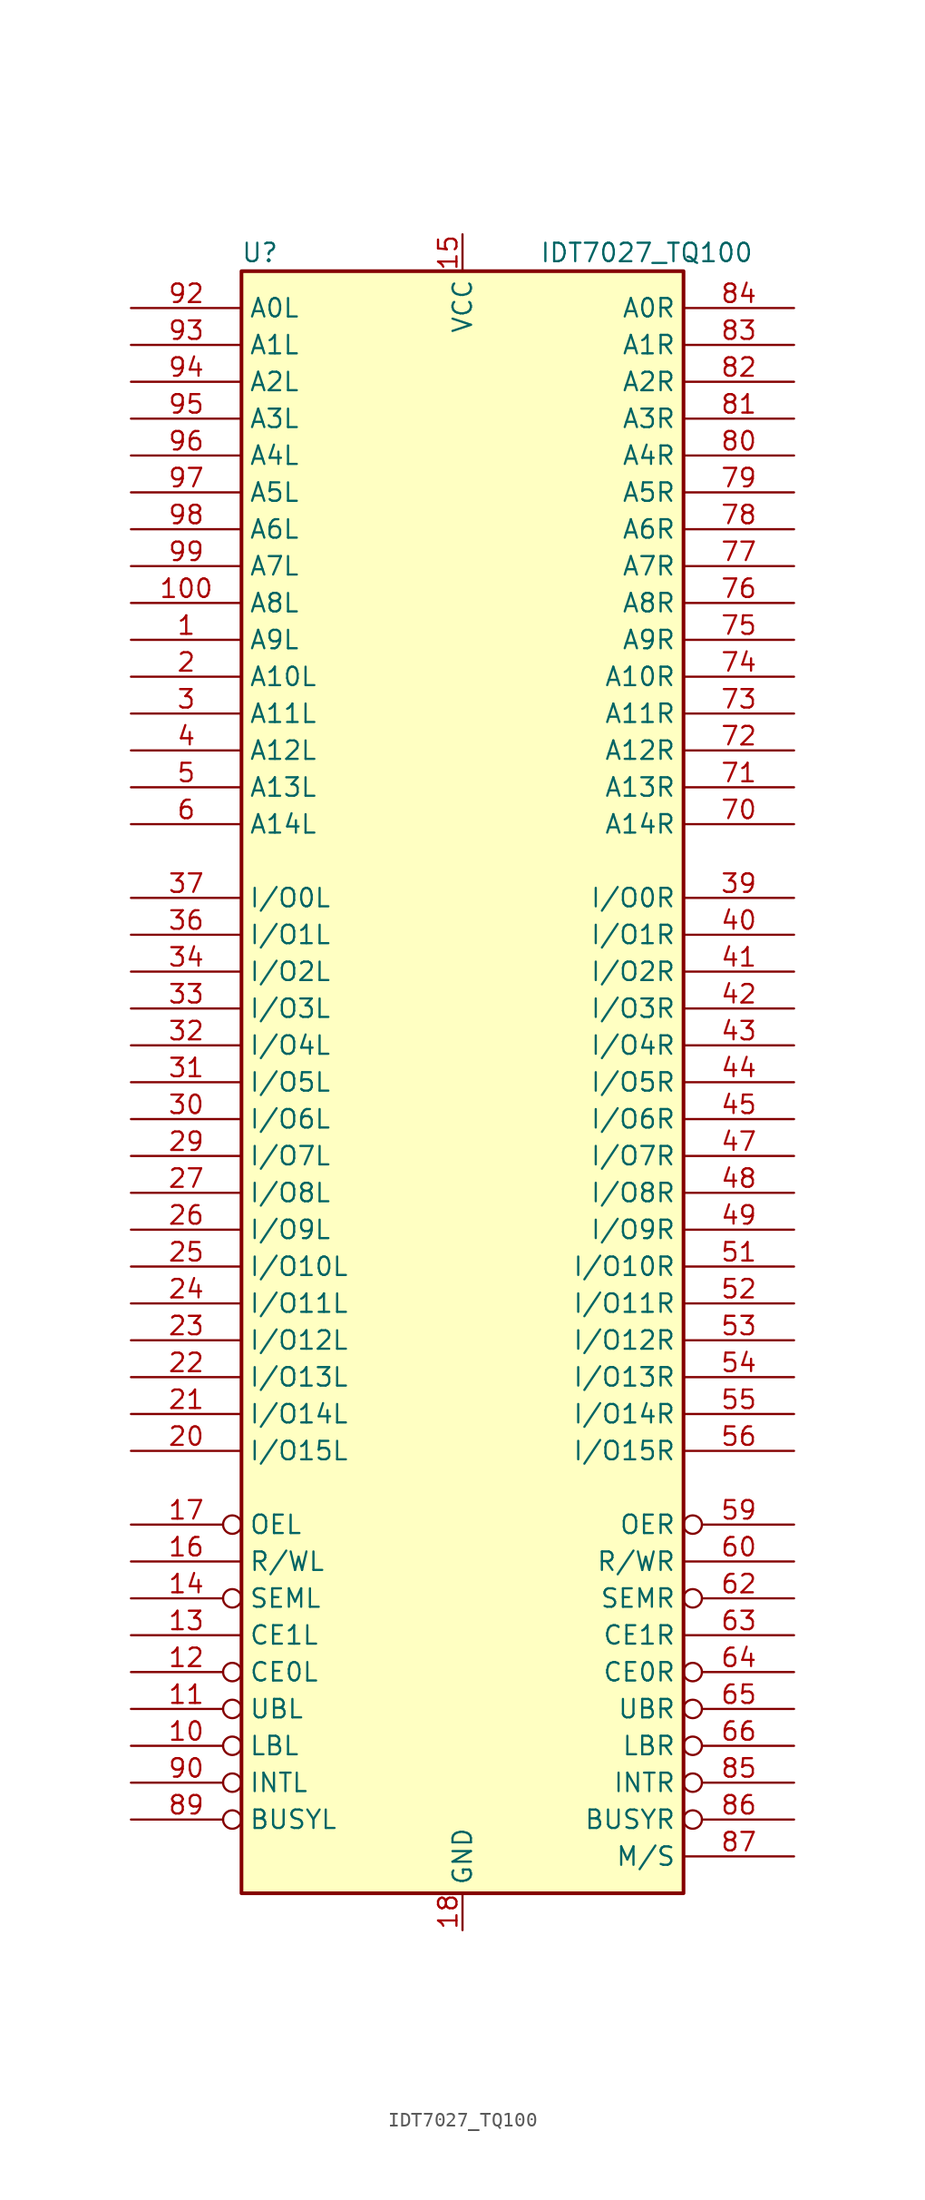
<source format=kicad_sym>
(kicad_symbol_lib
  (version 20241209)
  (generator "kicad_symbol_editor")
  (generator_version "9.0")
  (symbol "IDT7027_TQ100"
    (property "Reference" "U"
      (at -13.97 57.15 0)
      (effects (font (size 1.27 1.27))))
    (property "Value" "IDT7027_TQ100"
      (at 12.7 57.15 0)
      (effects (font (size 1.27 1.27))))
    (symbol "IDT7027_TQ100_0_1"
      (rectangle (start -15.24 55.88) (end 15.24 -55.88) (stroke (width 0.254) (type default)) (fill (type background))))
    (symbol "IDT7027_TQ100_1_1"
      (pin input line (at -22.86 53.34 0) (length 7.62) (name "A0L" (effects (font (size 1.27 1.27)))) (number "92" (effects (font (size 1.27 1.27)))))
      (pin input line (at -22.86 50.8 0) (length 7.62) (name "A1L" (effects (font (size 1.27 1.27)))) (number "93" (effects (font (size 1.27 1.27)))))
      (pin input line (at -22.86 48.26 0) (length 7.62) (name "A2L" (effects (font (size 1.27 1.27)))) (number "94" (effects (font (size 1.27 1.27)))))
      (pin input line (at -22.86 45.72 0) (length 7.62) (name "A3L" (effects (font (size 1.27 1.27)))) (number "95" (effects (font (size 1.27 1.27)))))
      (pin input line (at -22.86 43.18 0) (length 7.62) (name "A4L" (effects (font (size 1.27 1.27)))) (number "96" (effects (font (size 1.27 1.27)))))
      (pin input line (at -22.86 40.64 0) (length 7.62) (name "A5L" (effects (font (size 1.27 1.27)))) (number "97" (effects (font (size 1.27 1.27)))))
      (pin input line (at -22.86 38.1 0) (length 7.62) (name "A6L" (effects (font (size 1.27 1.27)))) (number "98" (effects (font (size 1.27 1.27)))))
      (pin input line (at -22.86 35.56 0) (length 7.62) (name "A7L" (effects (font (size 1.27 1.27)))) (number "99" (effects (font (size 1.27 1.27)))))
      (pin input line (at -22.86 33.02 0) (length 7.62) (name "A8L" (effects (font (size 1.27 1.27)))) (number "100" (effects (font (size 1.27 1.27)))))
      (pin input line (at -22.86 30.48 0) (length 7.62) (name "A9L" (effects (font (size 1.27 1.27)))) (number "1" (effects (font (size 1.27 1.27)))))
      (pin input line (at -22.86 27.94 0) (length 7.62) (name "A10L" (effects (font (size 1.27 1.27)))) (number "2" (effects (font (size 1.27 1.27)))))
      (pin input line (at -22.86 25.4 0) (length 7.62) (name "A11L" (effects (font (size 1.27 1.27)))) (number "3" (effects (font (size 1.27 1.27)))))
      (pin input line (at -22.86 22.86 0) (length 7.62) (name "A12L" (effects (font (size 1.27 1.27)))) (number "4" (effects (font (size 1.27 1.27)))))
      (pin input line (at -22.86 20.32 0) (length 7.62) (name "A13L" (effects (font (size 1.27 1.27)))) (number "5" (effects (font (size 1.27 1.27)))))
      (pin input line (at -22.86 17.78 0) (length 7.62) (name "A14L" (effects (font (size 1.27 1.27)))) (number "6" (effects (font (size 1.27 1.27)))))
      (pin bidirectional line (at -22.86 12.7 0) (length 7.62) (name "I/O0L" (effects (font (size 1.27 1.27)))) (number "37" (effects (font (size 1.27 1.27)))))
      (pin bidirectional line (at -22.86 10.16 0) (length 7.62) (name "I/O1L" (effects (font (size 1.27 1.27)))) (number "36" (effects (font (size 1.27 1.27)))))
      (pin bidirectional line (at -22.86 7.62 0) (length 7.62) (name "I/O2L" (effects (font (size 1.27 1.27)))) (number "34" (effects (font (size 1.27 1.27)))))
      (pin bidirectional line (at -22.86 5.08 0) (length 7.62) (name "I/O3L" (effects (font (size 1.27 1.27)))) (number "33" (effects (font (size 1.27 1.27)))))
      (pin bidirectional line (at -22.86 2.54 0) (length 7.62) (name "I/O4L" (effects (font (size 1.27 1.27)))) (number "32" (effects (font (size 1.27 1.27)))))
      (pin bidirectional line (at -22.86 0 0) (length 7.62) (name "I/O5L" (effects (font (size 1.27 1.27)))) (number "31" (effects (font (size 1.27 1.27)))))
      (pin bidirectional line (at -22.86 -2.54 0) (length 7.62) (name "I/O6L" (effects (font (size 1.27 1.27)))) (number "30" (effects (font (size 1.27 1.27)))))
      (pin bidirectional line (at -22.86 -5.08 0) (length 7.62) (name "I/O7L" (effects (font (size 1.27 1.27)))) (number "29" (effects (font (size 1.27 1.27)))))
      (pin bidirectional line (at -22.86 -7.62 0) (length 7.62) (name "I/O8L" (effects (font (size 1.27 1.27)))) (number "27" (effects (font (size 1.27 1.27)))))
      (pin bidirectional line (at -22.86 -10.16 0) (length 7.62) (name "I/O9L" (effects (font (size 1.27 1.27)))) (number "26" (effects (font (size 1.27 1.27)))))
      (pin bidirectional line (at -22.86 -12.7 0) (length 7.62) (name "I/O10L" (effects (font (size 1.27 1.27)))) (number "25" (effects (font (size 1.27 1.27)))))
      (pin bidirectional line (at -22.86 -15.24 0) (length 7.62) (name "I/O11L" (effects (font (size 1.27 1.27)))) (number "24" (effects (font (size 1.27 1.27)))))
      (pin bidirectional line (at -22.86 -17.78 0) (length 7.62) (name "I/O12L" (effects (font (size 1.27 1.27)))) (number "23" (effects (font (size 1.27 1.27)))))
      (pin bidirectional line (at -22.86 -20.32 0) (length 7.62) (name "I/O13L" (effects (font (size 1.27 1.27)))) (number "22" (effects (font (size 1.27 1.27)))))
      (pin bidirectional line (at -22.86 -22.86 0) (length 7.62) (name "I/O14L" (effects (font (size 1.27 1.27)))) (number "21" (effects (font (size 1.27 1.27)))))
      (pin bidirectional line (at -22.86 -25.4 0) (length 7.62) (name "I/O15L" (effects (font (size 1.27 1.27)))) (number "20" (effects (font (size 1.27 1.27)))))
      (pin input inverted (at -22.86 -30.48 0) (length 7.62) (name "OEL" (effects (font (size 1.27 1.27)))) (number "17" (effects (font (size 1.27 1.27)))))
      (pin input line (at -22.86 -33.02 0) (length 7.62) (name "R/WL" (effects (font (size 1.27 1.27)))) (number "16" (effects (font (size 1.27 1.27)))))
      (pin input inverted (at -22.86 -35.56 0) (length 7.62) (name "SEML" (effects (font (size 1.27 1.27)))) (number "14" (effects (font (size 1.27 1.27)))))
      (pin input line (at -22.86 -38.1 0) (length 7.62) (name "CE1L" (effects (font (size 1.27 1.27)))) (number "13" (effects (font (size 1.27 1.27)))))
      (pin input inverted (at -22.86 -40.64 0) (length 7.62) (name "CE0L" (effects (font (size 1.27 1.27)))) (number "12" (effects (font (size 1.27 1.27)))))
      (pin input inverted (at -22.86 -43.18 0) (length 7.62) (name "UBL" (effects (font (size 1.27 1.27)))) (number "11" (effects (font (size 1.27 1.27)))))
      (pin input inverted (at -22.86 -45.72 0) (length 7.62) (name "LBL" (effects (font (size 1.27 1.27)))) (number "10" (effects (font (size 1.27 1.27)))))
      (pin output inverted (at -22.86 -48.26 0) (length 7.62) (name "INTL" (effects (font (size 1.27 1.27)))) (number "90" (effects (font (size 1.27 1.27)))))
      (pin bidirectional inverted (at -22.86 -50.8 0) (length 7.62) (name "BUSYL" (effects (font (size 1.27 1.27)))) (number "89" (effects (font (size 1.27 1.27)))))
      (pin power_in line (at 0 58.42 270) (length 2.54) (name "VCC" (effects (font (size 1.27 1.27)))) (number "15" (effects (font (size 1.27 1.27)))))
      (pin passive line (at 0 58.42 270) (length 2.54) (hide yes) (name "VCC" (effects (font (size 0.762 0.762)))) (number "28" (effects (font (size 0.762 0.762)))))
      (pin passive line (at 0 58.42 270) (length 2.54) (hide yes) (name "VCC" (effects (font (size 0.762 0.762)))) (number "46" (effects (font (size 0.762 0.762)))))
      (pin power_in line (at 0 -58.42 90) (length 2.54) (name "GND" (effects (font (size 1.27 1.27)))) (number "18" (effects (font (size 1.27 1.27)))))
      (pin passive line (at 0 -58.42 90) (length 2.54) (hide yes) (name "GND" (effects (font (size 1.27 1.27)))) (number "19" (effects (font (size 1.27 1.27)))))
      (pin passive line (at 0 -58.42 90) (length 2.54) (hide yes) (name "GND" (effects (font (size 0.762 0.762)))) (number "35" (effects (font (size 0.762 0.762)))))
      (pin passive line (at 0 -58.42 90) (length 2.54) (hide yes) (name "GND" (effects (font (size 0.762 0.762)))) (number "38" (effects (font (size 0.762 0.762)))))
      (pin passive line (at 0 -58.42 90) (length 2.54) (hide yes) (name "GND" (effects (font (size 0.762 0.762)))) (number "57" (effects (font (size 0.762 0.762)))))
      (pin passive line (at 0 -58.42 90) (length 2.54) (hide yes) (name "GND" (effects (font (size 0.762 0.762)))) (number "58" (effects (font (size 0.762 0.762)))))
      (pin passive line (at 0 -58.42 90) (length 2.54) (hide yes) (name "GND" (effects (font (size 0.762 0.762)))) (number "61" (effects (font (size 0.762 0.762)))))
      (pin passive line (at 0 -58.42 90) (length 2.54) (hide yes) (name "GND" (effects (font (size 0.762 0.762)))) (number "88" (effects (font (size 0.762 0.762)))))
      (pin input line (at 22.86 53.34 180) (length 7.62) (name "A0R" (effects (font (size 1.27 1.27)))) (number "84" (effects (font (size 1.27 1.27)))))
      (pin input line (at 22.86 50.8 180) (length 7.62) (name "A1R" (effects (font (size 1.27 1.27)))) (number "83" (effects (font (size 1.27 1.27)))))
      (pin input line (at 22.86 48.26 180) (length 7.62) (name "A2R" (effects (font (size 1.27 1.27)))) (number "82" (effects (font (size 1.27 1.27)))))
      (pin input line (at 22.86 45.72 180) (length 7.62) (name "A3R" (effects (font (size 1.27 1.27)))) (number "81" (effects (font (size 1.27 1.27)))))
      (pin input line (at 22.86 43.18 180) (length 7.62) (name "A4R" (effects (font (size 1.27 1.27)))) (number "80" (effects (font (size 1.27 1.27)))))
      (pin input line (at 22.86 40.64 180) (length 7.62) (name "A5R" (effects (font (size 1.27 1.27)))) (number "79" (effects (font (size 1.27 1.27)))))
      (pin input line (at 22.86 38.1 180) (length 7.62) (name "A6R" (effects (font (size 1.27 1.27)))) (number "78" (effects (font (size 1.27 1.27)))))
      (pin input line (at 22.86 35.56 180) (length 7.62) (name "A7R" (effects (font (size 1.27 1.27)))) (number "77" (effects (font (size 1.27 1.27)))))
      (pin input line (at 22.86 33.02 180) (length 7.62) (name "A8R" (effects (font (size 1.27 1.27)))) (number "76" (effects (font (size 1.27 1.27)))))
      (pin input line (at 22.86 30.48 180) (length 7.62) (name "A9R" (effects (font (size 1.27 1.27)))) (number "75" (effects (font (size 1.27 1.27)))))
      (pin input line (at 22.86 27.94 180) (length 7.62) (name "A10R" (effects (font (size 1.27 1.27)))) (number "74" (effects (font (size 1.27 1.27)))))
      (pin input line (at 22.86 25.4 180) (length 7.62) (name "A11R" (effects (font (size 1.27 1.27)))) (number "73" (effects (font (size 1.27 1.27)))))
      (pin input line (at 22.86 22.86 180) (length 7.62) (name "A12R" (effects (font (size 1.27 1.27)))) (number "72" (effects (font (size 1.27 1.27)))))
      (pin input line (at 22.86 20.32 180) (length 7.62) (name "A13R" (effects (font (size 1.27 1.27)))) (number "71" (effects (font (size 1.27 1.27)))))
      (pin input line (at 22.86 17.78 180) (length 7.62) (name "A14R" (effects (font (size 1.27 1.27)))) (number "70" (effects (font (size 1.27 1.27)))))
      (pin bidirectional line (at 22.86 12.7 180) (length 7.62) (name "I/O0R" (effects (font (size 1.27 1.27)))) (number "39" (effects (font (size 1.27 1.27)))))
      (pin bidirectional line (at 22.86 10.16 180) (length 7.62) (name "I/O1R" (effects (font (size 1.27 1.27)))) (number "40" (effects (font (size 1.27 1.27)))))
      (pin bidirectional line (at 22.86 7.62 180) (length 7.62) (name "I/O2R" (effects (font (size 1.27 1.27)))) (number "41" (effects (font (size 1.27 1.27)))))
      (pin bidirectional line (at 22.86 5.08 180) (length 7.62) (name "I/O3R" (effects (font (size 1.27 1.27)))) (number "42" (effects (font (size 1.27 1.27)))))
      (pin bidirectional line (at 22.86 2.54 180) (length 7.62) (name "I/O4R" (effects (font (size 1.27 1.27)))) (number "43" (effects (font (size 1.27 1.27)))))
      (pin bidirectional line (at 22.86 0 180) (length 7.62) (name "I/O5R" (effects (font (size 1.27 1.27)))) (number "44" (effects (font (size 1.27 1.27)))))
      (pin bidirectional line (at 22.86 -2.54 180) (length 7.62) (name "I/O6R" (effects (font (size 1.27 1.27)))) (number "45" (effects (font (size 1.27 1.27)))))
      (pin bidirectional line (at 22.86 -5.08 180) (length 7.62) (name "I/O7R" (effects (font (size 1.27 1.27)))) (number "47" (effects (font (size 1.27 1.27)))))
      (pin bidirectional line (at 22.86 -7.62 180) (length 7.62) (name "I/O8R" (effects (font (size 1.27 1.27)))) (number "48" (effects (font (size 1.27 1.27)))))
      (pin bidirectional line (at 22.86 -10.16 180) (length 7.62) (name "I/O9R" (effects (font (size 1.27 1.27)))) (number "49" (effects (font (size 1.27 1.27)))))
      (pin bidirectional line (at 22.86 -12.7 180) (length 7.62) (name "I/O10R" (effects (font (size 1.27 1.27)))) (number "51" (effects (font (size 1.27 1.27)))))
      (pin bidirectional line (at 22.86 -15.24 180) (length 7.62) (name "I/O11R" (effects (font (size 1.27 1.27)))) (number "52" (effects (font (size 1.27 1.27)))))
      (pin bidirectional line (at 22.86 -17.78 180) (length 7.62) (name "I/O12R" (effects (font (size 1.27 1.27)))) (number "53" (effects (font (size 1.27 1.27)))))
      (pin bidirectional line (at 22.86 -20.32 180) (length 7.62) (name "I/O13R" (effects (font (size 1.27 1.27)))) (number "54" (effects (font (size 1.27 1.27)))))
      (pin bidirectional line (at 22.86 -22.86 180) (length 7.62) (name "I/O14R" (effects (font (size 1.27 1.27)))) (number "55" (effects (font (size 1.27 1.27)))))
      (pin bidirectional line (at 22.86 -25.4 180) (length 7.62) (name "I/O15R" (effects (font (size 1.27 1.27)))) (number "56" (effects (font (size 1.27 1.27)))))
      (pin input inverted (at 22.86 -30.48 180) (length 7.62) (name "OER" (effects (font (size 1.27 1.27)))) (number "59" (effects (font (size 1.27 1.27)))))
      (pin input line (at 22.86 -33.02 180) (length 7.62) (name "R/WR" (effects (font (size 1.27 1.27)))) (number "60" (effects (font (size 1.27 1.27)))))
      (pin input inverted (at 22.86 -35.56 180) (length 7.62) (name "SEMR" (effects (font (size 1.27 1.27)))) (number "62" (effects (font (size 1.27 1.27)))))
      (pin input line (at 22.86 -38.1 180) (length 7.62) (name "CE1R" (effects (font (size 1.27 1.27)))) (number "63" (effects (font (size 1.27 1.27)))))
      (pin input inverted (at 22.86 -40.64 180) (length 7.62) (name "CE0R" (effects (font (size 1.27 1.27)))) (number "64" (effects (font (size 1.27 1.27)))))
      (pin input inverted (at 22.86 -43.18 180) (length 7.62) (name "UBR" (effects (font (size 1.27 1.27)))) (number "65" (effects (font (size 1.27 1.27)))))
      (pin input inverted (at 22.86 -45.72 180) (length 7.62) (name "LBR" (effects (font (size 1.27 1.27)))) (number "66" (effects (font (size 1.27 1.27)))))
      (pin output inverted (at 22.86 -48.26 180) (length 7.62) (name "INTR" (effects (font (size 1.27 1.27)))) (number "85" (effects (font (size 1.27 1.27)))))
      (pin bidirectional inverted (at 22.86 -50.8 180) (length 7.62) (name "BUSYR" (effects (font (size 1.27 1.27)))) (number "86" (effects (font (size 1.27 1.27)))))
      (pin input line (at 22.86 -53.34 180) (length 7.62) (name "M/S" (effects (font (size 1.27 1.27)))) (number "87" (effects (font (size 1.27 1.27))))))))
</source>
